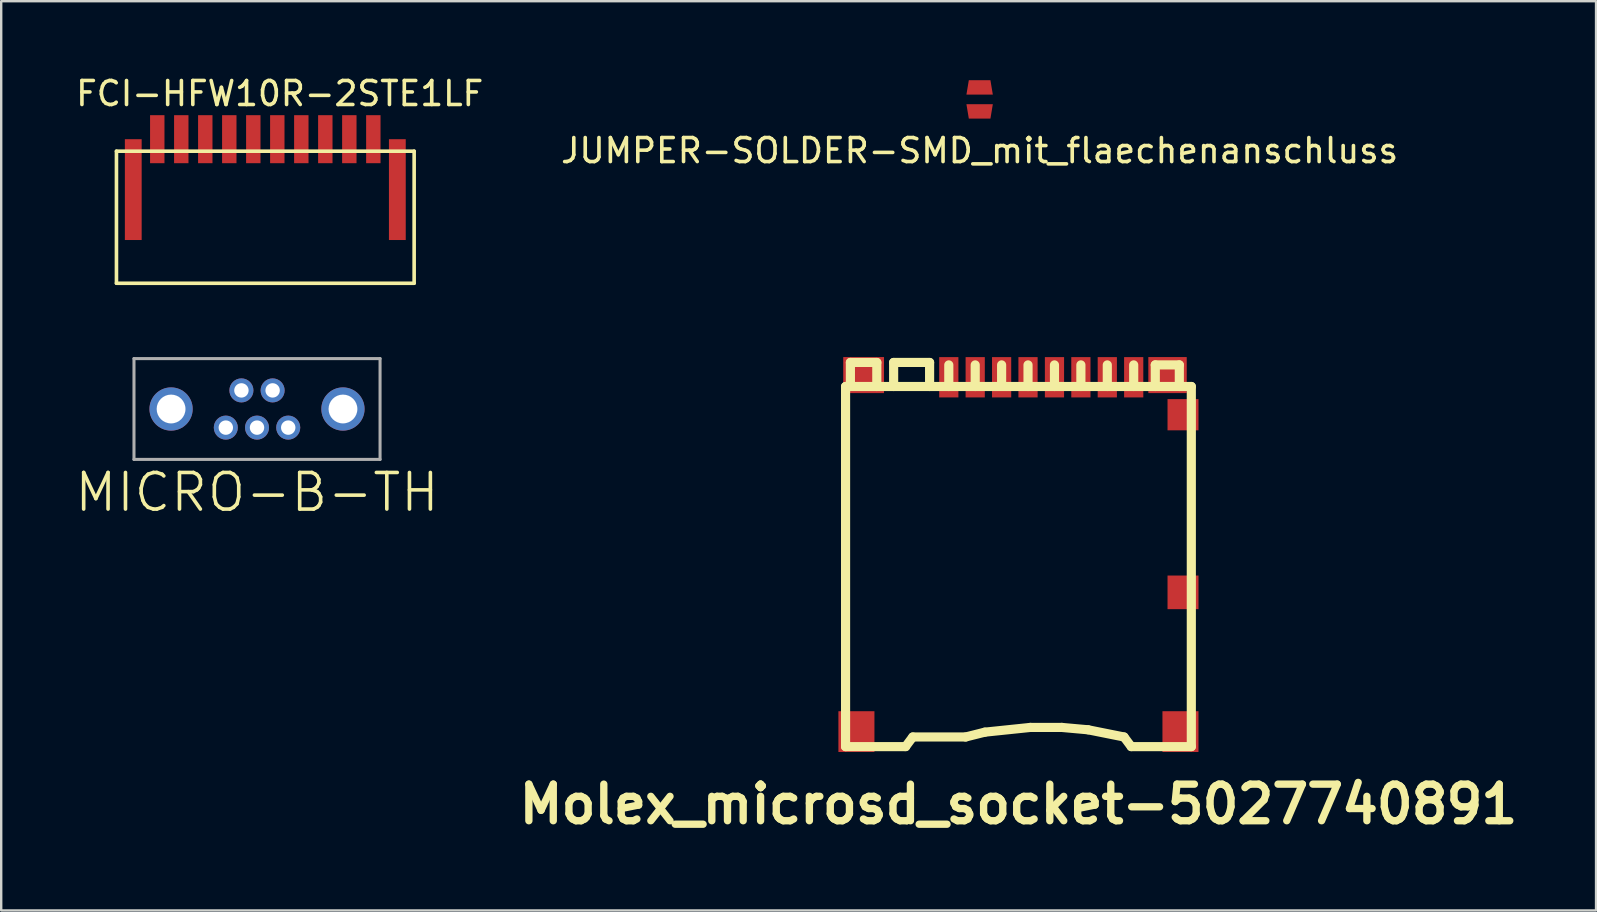
<source format=kicad_pcb>
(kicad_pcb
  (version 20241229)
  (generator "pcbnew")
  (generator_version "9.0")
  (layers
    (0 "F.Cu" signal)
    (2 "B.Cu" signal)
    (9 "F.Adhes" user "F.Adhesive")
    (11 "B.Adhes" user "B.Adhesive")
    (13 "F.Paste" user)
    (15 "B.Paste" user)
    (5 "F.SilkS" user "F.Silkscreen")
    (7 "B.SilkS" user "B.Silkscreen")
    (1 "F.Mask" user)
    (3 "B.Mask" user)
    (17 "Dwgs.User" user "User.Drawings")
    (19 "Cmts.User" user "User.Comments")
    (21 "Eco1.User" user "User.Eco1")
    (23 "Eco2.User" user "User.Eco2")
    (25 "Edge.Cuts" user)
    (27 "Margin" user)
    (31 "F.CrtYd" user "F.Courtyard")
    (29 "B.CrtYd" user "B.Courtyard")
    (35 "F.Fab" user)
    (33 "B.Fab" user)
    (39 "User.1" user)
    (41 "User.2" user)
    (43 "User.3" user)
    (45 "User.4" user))
  (footprint "FCI-HFW10R-2STE1LF"
    (layer "F.Cu")
    (at 8.001 5.148)
    (property "Reference" "FCI-HFW10R-2STE1LF" (at 0.6 -4.3 0) (layer "F.SilkS") (effects (font (size 1 1) (thickness 0.15))))
    (attr through_hole)
    (fp_line (start -6.2 -1.9) (end 6.2 -1.9) (stroke (width 0.15) (type solid)) (layer "F.SilkS"))
    (fp_line (start -6.2 3.6) (end -6.2 -1.9) (stroke (width 0.15) (type solid)) (layer "F.SilkS"))
    (fp_line (start 6.2 -1.9) (end 6.2 3.6) (stroke (width 0.15) (type solid)) (layer "F.SilkS"))
    (fp_line (start 6.2 3.6) (end -6.2 3.6) (stroke (width 0.15) (type solid)) (layer "F.SilkS"))
    (pad "1" smd rect (at -4.5 -2.4) (size 0.6 2) (layers "F.Cu" "F.Mask" "F.Paste"))
    (pad "2" smd rect (at -3.5 -2.4) (size 0.6 2) (layers "F.Cu" "F.Mask" "F.Paste"))
    (pad "3" smd rect (at -2.5 -2.4) (size 0.6 2) (layers "F.Cu" "F.Mask" "F.Paste"))
    (pad "4" smd rect (at -1.5 -2.4) (size 0.6 2) (layers "F.Cu" "F.Mask" "F.Paste"))
    (pad "5" smd rect (at -0.5 -2.4) (size 0.6 2) (layers "F.Cu" "F.Mask" "F.Paste"))
    (pad "6" smd rect (at 0.5 -2.4) (size 0.6 2) (layers "F.Cu" "F.Mask" "F.Paste"))
    (pad "7" smd rect (at 1.5 -2.4) (size 0.6 2) (layers "F.Cu" "F.Mask" "F.Paste"))
    (pad "8" smd rect (at 2.5 -2.4) (size 0.6 2) (layers "F.Cu" "F.Mask" "F.Paste"))
    (pad "9" smd rect (at 3.5 -2.4) (size 0.6 2) (layers "F.Cu" "F.Mask" "F.Paste"))
    (pad "10" smd rect (at 4.5 -2.4) (size 0.6 2) (layers "F.Cu" "F.Mask" "F.Paste"))
    (pad "~" smd rect (at -5.5 -0.3) (size 0.7 4.2) (layers "F.Cu" "F.Mask" "F.Paste"))
    (pad "~" smd rect (at 5.5 -0.3) (size 0.7 4.2) (layers "F.Cu" "F.Mask" "F.Paste")))
  (footprint "Molex_microsd_socket-5027740891"
    (layer "F.Cu")
    (at 39.373 20.049)
    (property "Reference" "Molex_microsd_socket-5027740891" (at 0 10.399 0) (layer "F.SilkS") (effects (font (size 1.524 1.524) (thickness 0.305))))
    (attr through_hole)
    (fp_line (start -7.201 -7) (end -7.201 8.001) (stroke (width 0.381) (type solid)) (layer "F.SilkS"))
    (fp_line (start -7 -7) (end -7 -8.001) (stroke (width 0.381) (type solid)) (layer "F.SilkS"))
    (fp_line (start -5.9 -8.001) (end -7 -8.001) (stroke (width 0.381) (type solid)) (layer "F.SilkS"))
    (fp_line (start -5.9 -8.001) (end -5.9 -7) (stroke (width 0.381) (type solid)) (layer "F.SilkS"))
    (fp_line (start -5.199 -8.001) (end -5.199 -7) (stroke (width 0.381) (type solid)) (layer "F.SilkS"))
    (fp_line (start -4.699 8.001) (end -7.201 8.001) (stroke (width 0.381) (type solid)) (layer "F.SilkS"))
    (fp_line (start -4.402 7.6) (end -4.702 8.001) (stroke (width 0.381) (type solid)) (layer "F.SilkS"))
    (fp_line (start -3.701 -8.001) (end -5.199 -8.001) (stroke (width 0.381) (type solid)) (layer "F.SilkS"))
    (fp_line (start -3.701 -7) (end -3.701 -8.001) (stroke (width 0.381) (type solid)) (layer "F.SilkS"))
    (fp_line (start -2.901 -7) (end -2.901 -7.899) (stroke (width 0.381) (type solid)) (layer "F.SilkS"))
    (fp_line (start -2.2 7.6) (end -4.399 7.6) (stroke (width 0.381) (type solid)) (layer "F.SilkS"))
    (fp_line (start -2.2 7.6) (end -1.4 7.399) (stroke (width 0.381) (type solid)) (layer "F.SilkS"))
    (fp_line (start -1.801 -7.899) (end -1.801 -7) (stroke (width 0.381) (type solid)) (layer "F.SilkS"))
    (fp_line (start -1.4 7.399) (end 0.5 7.201) (stroke (width 0.381) (type solid)) (layer "F.SilkS"))
    (fp_line (start -0.701 -7.899) (end -0.701 -7.099) (stroke (width 0.381) (type solid)) (layer "F.SilkS"))
    (fp_line (start 0.399 -7.899) (end 0.399 -7) (stroke (width 0.381) (type solid)) (layer "F.SilkS"))
    (fp_line (start 0.5 7.201) (end 1.801 7.201) (stroke (width 0.381) (type solid)) (layer "F.SilkS"))
    (fp_line (start 1.501 -7.899) (end 1.501 -7) (stroke (width 0.381) (type solid)) (layer "F.SilkS"))
    (fp_line (start 1.801 7.201) (end 2.901 7.3) (stroke (width 0.381) (type solid)) (layer "F.SilkS"))
    (fp_line (start 2.601 -7.899) (end 2.601 -7) (stroke (width 0.381) (type solid)) (layer "F.SilkS"))
    (fp_line (start 2.901 7.3) (end 4.399 7.6) (stroke (width 0.381) (type solid)) (layer "F.SilkS"))
    (fp_line (start 3.701 -7.899) (end 3.701 -7) (stroke (width 0.381) (type solid)) (layer "F.SilkS"))
    (fp_line (start 4.699 8.001) (end 4.399 7.6) (stroke (width 0.381) (type solid)) (layer "F.SilkS"))
    (fp_line (start 4.699 8.001) (end 7.201 8.001) (stroke (width 0.381) (type solid)) (layer "F.SilkS"))
    (fp_line (start 4.801 -7.899) (end 4.801 -7) (stroke (width 0.381) (type solid)) (layer "F.SilkS"))
    (fp_line (start 5.7 -7.899) (end 6.701 -7.899) (stroke (width 0.381) (type solid)) (layer "F.SilkS"))
    (fp_line (start 5.7 -7) (end 5.7 -7.899) (stroke (width 0.381) (type solid)) (layer "F.SilkS"))
    (fp_line (start 6.701 -7.899) (end 6.701 -7) (stroke (width 0.381) (type solid)) (layer "F.SilkS"))
    (fp_line (start 7.201 -7) (end -7.201 -7) (stroke (width 0.381) (type solid)) (layer "F.SilkS"))
    (fp_line (start 7.201 8.001) (end 7.201 -7) (stroke (width 0.381) (type solid)) (layer "F.SilkS"))
    (pad "1" smd rect (at -2.901 -7.384) (size 0.8 1.679) (layers "F.Cu" "F.Mask" "F.Paste"))
    (pad "2" smd rect (at -1.801 -7.384) (size 0.8 1.679) (layers "F.Cu" "F.Mask" "F.Paste"))
    (pad "3" smd rect (at -0.701 -7.384) (size 0.8 1.679) (layers "F.Cu" "F.Mask" "F.Paste"))
    (pad "4" smd rect (at 0.399 -7.384) (size 0.8 1.679) (layers "F.Cu" "F.Mask" "F.Paste"))
    (pad "5" smd rect (at 1.501 -7.384) (size 0.8 1.679) (layers "F.Cu" "F.Mask" "F.Paste"))
    (pad "6" smd rect (at 2.601 -7.384) (size 0.8 1.679) (layers "F.Cu" "F.Mask" "F.Paste"))
    (pad "7" smd rect (at 3.701 -7.384) (size 0.8 1.679) (layers "F.Cu" "F.Mask" "F.Paste"))
    (pad "8" smd rect (at 4.801 -7.384) (size 0.8 1.679) (layers "F.Cu" "F.Mask" "F.Paste"))
    (pad "9" smd rect (at -6.749 7.376) (size 1.501 1.699) (layers "F.Cu" "F.Mask" "F.Paste"))
    (pad "9" smd rect (at -6.449 -7.475) (size 1.699 1.501) (layers "F.Cu" "F.Mask" "F.Paste"))
    (pad "9" smd rect (at 6.21 -7.475) (size 1.6 1.501) (layers "F.Cu" "F.Mask" "F.Paste"))
    (pad "9" smd rect (at 6.749 7.376) (size 1.501 1.699) (layers "F.Cu" "F.Mask" "F.Paste"))
    (pad "CD1" smd rect (at 6.855 1.575) (size 1.29 1.4) (layers "F.Cu" "F.Mask" "F.Paste"))
    (pad "CD2" smd rect (at 6.855 -5.824) (size 1.29 1.3) (layers "F.Cu" "F.Mask" "F.Paste")))
  (footprint "JUMPER-SOLDER-SMD_mit_flaechenanschluss"
    (layer "F.Cu")
    (at 37.756 1.091)
    (property "Reference" "JUMPER-SOLDER-SMD_mit_flaechenanschluss" (at 0 2.134 0) (layer "F.SilkS") (effects (font (size 1 1) (thickness 0.15))))
    (attr through_hole)
    (fp_line (start -0.889 -0.127) (end -0.889 0.127) (stroke (width 0.15) (type solid)) (layer "F.Mask"))
    (fp_line (start -0.889 0) (end 0.889 0) (stroke (width 0.15) (type solid)) (layer "F.Mask"))
    (fp_line (start -0.826 -0.381) (end 0.826 -0.381) (stroke (width 0.15) (type solid)) (layer "F.Mask"))
    (fp_line (start -0.826 0.254) (end 0.826 0.254) (stroke (width 0.15) (type solid)) (layer "F.Mask"))
    (fp_line (start -0.762 0.508) (end 0.762 0.508) (stroke (width 0.15) (type solid)) (layer "F.Mask"))
    (fp_line (start -0.699 -0.635) (end 0.699 -0.635) (stroke (width 0.15) (type solid)) (layer "F.Mask"))
    (fp_line (start -0.318 0.889) (end 0.381 0.889) (stroke (width 0.15) (type solid)) (layer "F.Mask"))
    (fp_line (start 0.381 -0.889) (end -0.381 -0.889) (stroke (width 0.15) (type solid)) (layer "F.Mask"))
    (fp_line (start 0.699 0.635) (end -0.699 0.635) (stroke (width 0.15) (type solid)) (layer "F.Mask"))
    (fp_line (start 0.762 -0.508) (end -0.762 -0.508) (stroke (width 0.15) (type solid)) (layer "F.Mask"))
    (fp_line (start 0.826 -0.254) (end -0.826 -0.254) (stroke (width 0.15) (type solid)) (layer "F.Mask"))
    (fp_line (start 0.826 0.381) (end -0.826 0.381) (stroke (width 0.15) (type solid)) (layer "F.Mask"))
    (fp_line (start 0.889 -0.127) (end -0.889 -0.127) (stroke (width 0.15) (type solid)) (layer "F.Mask"))
    (fp_line (start 0.889 -0.127) (end 0.889 0.127) (stroke (width 0.15) (type solid)) (layer "F.Mask"))
    (fp_line (start 0.889 0.127) (end -0.889 0.127) (stroke (width 0.15) (type solid)) (layer "F.Mask"))
    (fp_arc (start -0.889 -0.127) (mid -0.628618 -0.755618) (end 0 -1.016) (stroke (width 0.15) (type solid)) (layer "F.Mask"))
    (fp_arc (start 0 -1.016) (mid 0.628618 -0.755618) (end 0.889 -0.127) (stroke (width 0.15) (type solid)) (layer "F.Mask"))
    (fp_arc (start 0 1.016) (mid -0.628618 0.755618) (end -0.889 0.127) (stroke (width 0.15) (type solid)) (layer "F.Mask"))
    (fp_arc (start 0.889 0.127) (mid 0.628618 0.755618) (end 0 1.016) (stroke (width 0.15) (type solid)) (layer "F.Mask"))
    (pad "1" smd trapezoid (at 0 0.5 270) (size 0.6 1) (rect_delta 0.1 0) (layers "F.Cu" "F.Mask"))
    (pad "2" smd trapezoid (at 0 -0.5 90) (size 0.6 1) (rect_delta 0.1 0) (layers "F.Cu" "F.Mask")))
  (footprint "MICRO-B-TH"
    (layer "F.Cu")
    (at 7.656 13.987)
    (property "Reference" "MICRO-B-TH" (at 0 3.47 0) (layer "F.SilkS") (effects (font (size 1.524 1.524) (thickness 0.15))))
    (attr through_hole)
    (fp_line (start -5.125 -2.1) (end 5.125 -2.1) (stroke (width 0.127) (type solid)) (layer "F.Fab"))
    (fp_line (start -5.125 2.1) (end -5.125 -2.1) (stroke (width 0.127) (type solid)) (layer "F.Fab"))
    (fp_line (start -5.125 2.1) (end 5.125 2.1) (stroke (width 0.127) (type solid)) (layer "F.Fab"))
    (fp_line (start 5.125 2.1) (end 5.125 -2.1) (stroke (width 0.127) (type solid)) (layer "F.Fab"))
    (pad "1" thru_hole circle (at 1.3 0.775) (size 1 1) (drill 0.6) (layers "*.Cu" "*.Mask"))
    (pad "2" thru_hole circle (at 0.65 -0.775) (size 1 1) (drill 0.6) (layers "*.Cu" "*.Mask"))
    (pad "3" thru_hole circle (at 0 0.775) (size 1 1) (drill 0.6) (layers "*.Cu" "*.Mask"))
    (pad "4" thru_hole circle (at -0.65 -0.775) (size 1 1) (drill 0.6) (layers "*.Cu" "*.Mask"))
    (pad "5" thru_hole circle (at -1.3 0.775) (size 1 1) (drill 0.6) (layers "*.Cu" "*.Mask"))
    (pad "6" thru_hole circle (at -3.58 0 90) (size 1.8 1.8) (drill 1.2) (layers "*.Cu" "*.Mask"))
    (pad "6" thru_hole circle (at 3.58 0 90) (size 1.8 1.8) (drill 1.2) (layers "*.Cu" "*.Mask")))
  (gr_rect
    (start -3 -3)
    (end 63.433 34.874)
    (stroke (width 0.1) (type default))
    (fill no)
    (layer "Edge.Cuts")))
</source>
